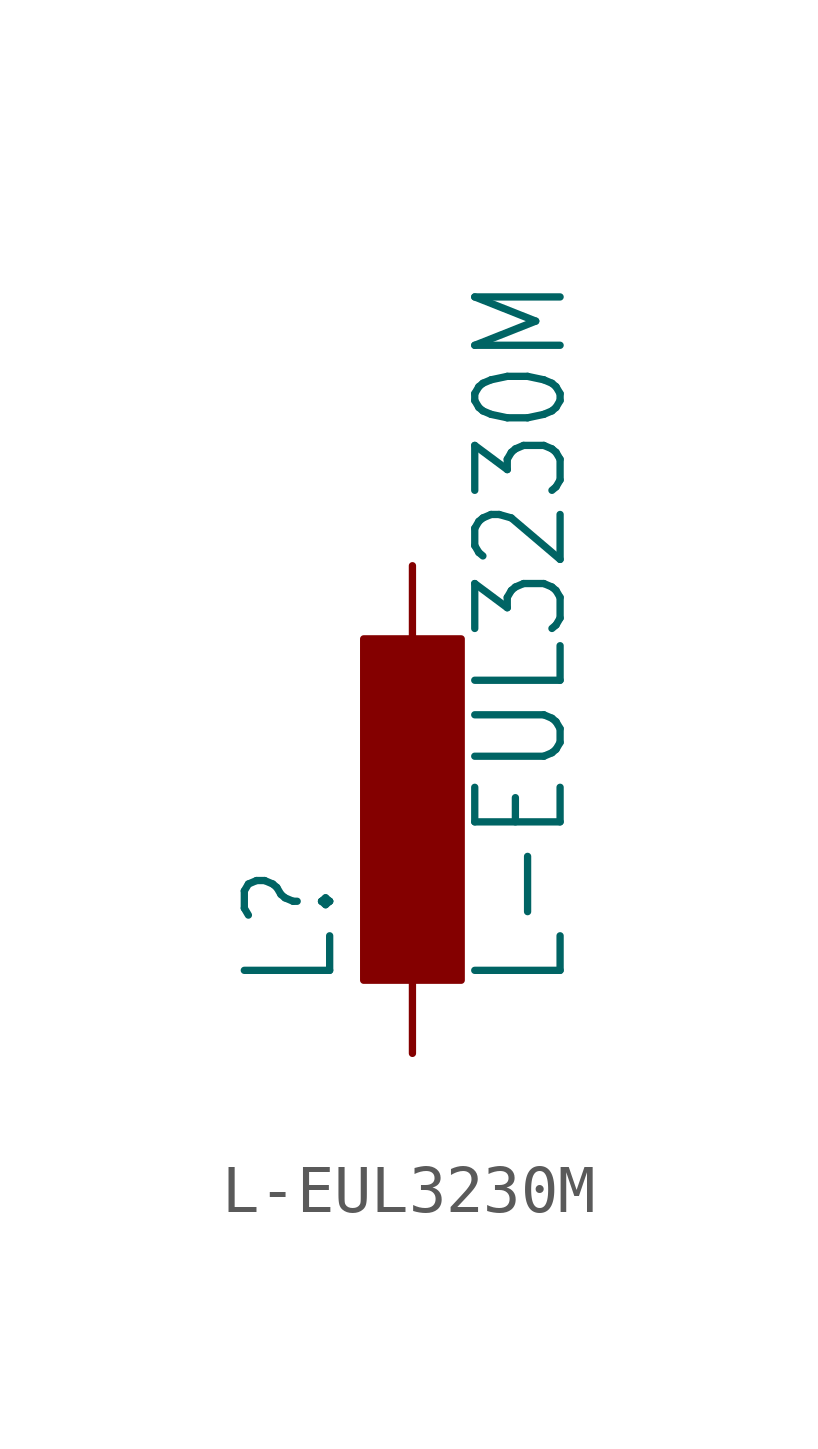
<source format=kicad_sym>
(kicad_symbol_lib
  (version 20211014)
  (generator kicad_symbol_editor)
  (symbol "L-EUL3230M"
    (property "Reference" "L"
      (at -1.499 -3.81 90)
      (effects (font (size 1.778 1.511)) (justify left bottom)))
    (property "Value" "L-EUL3230M"
      (at 3.302 -3.81 90)
      (effects (font (size 1.778 1.511)) (justify left bottom)))
    (property "ki_locked" ""
      (at 0 0 0)
      (effects (font (size 1.27 1.27))))
    (symbol "L-EUL3230M_1_0"
      (rectangle (start -1.016 -3.556) (end 1.016 3.556) (stroke (width 0) (type default) (color 0 0 0 0)) (fill (type outline)))
      (pin passive line (at 0 5.08 270) (length 2.54) (name "1" (effects (font (size 0 0)))) (number "1" (effects (font (size 0 0)))))
      (pin passive line (at 0 -5.08 90) (length 2.54) (name "2" (effects (font (size 0 0)))) (number "2" (effects (font (size 0 0))))))))
</source>
